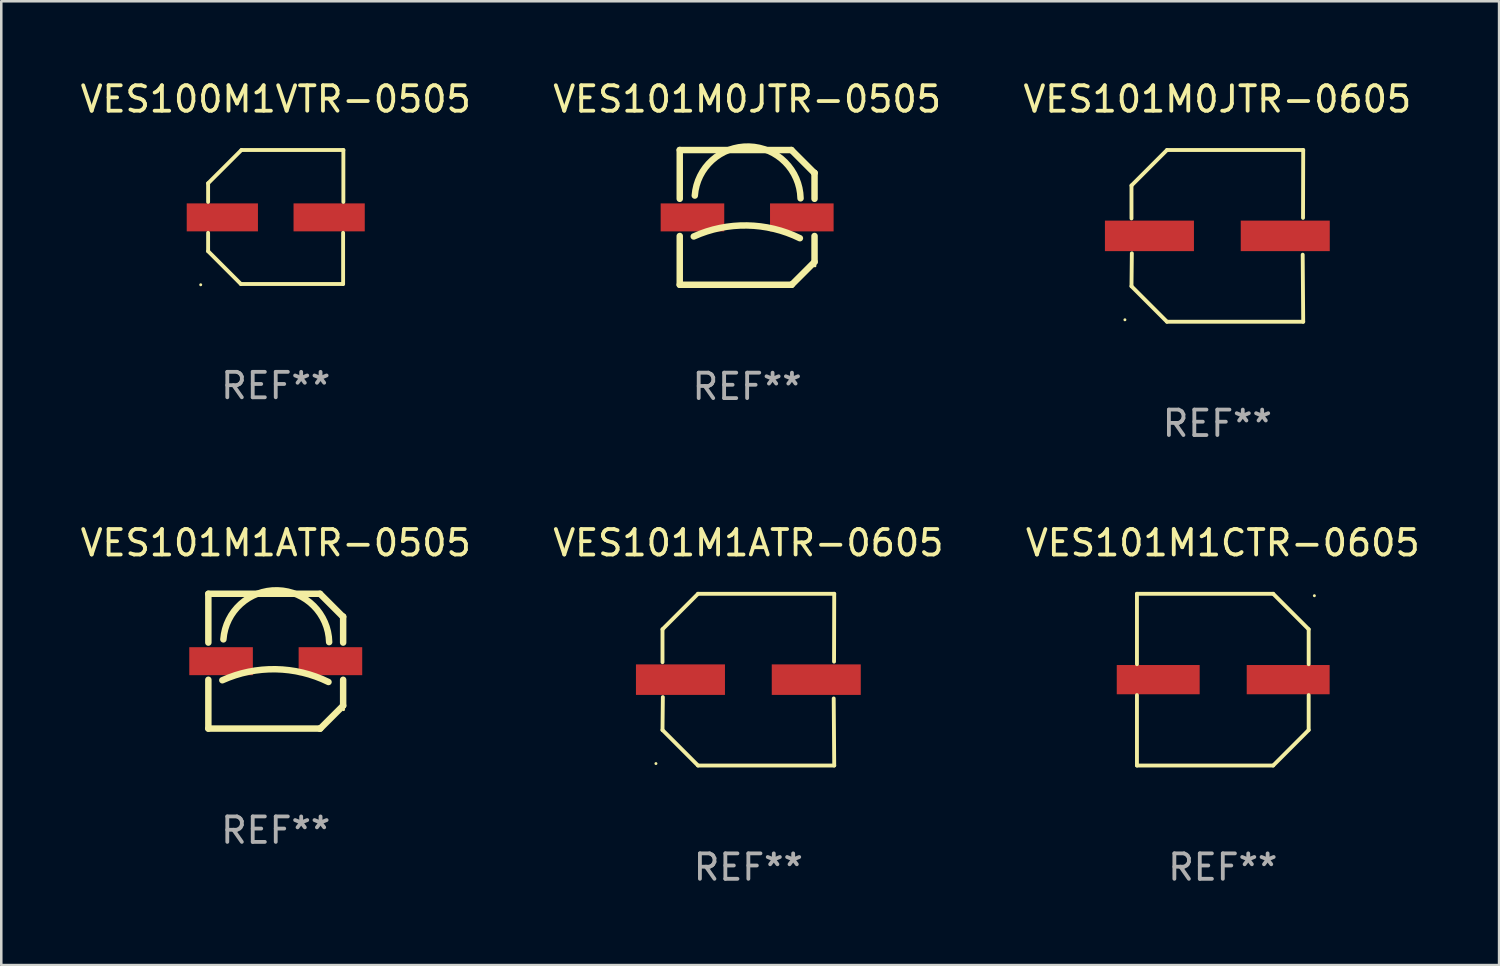
<source format=kicad_pcb>
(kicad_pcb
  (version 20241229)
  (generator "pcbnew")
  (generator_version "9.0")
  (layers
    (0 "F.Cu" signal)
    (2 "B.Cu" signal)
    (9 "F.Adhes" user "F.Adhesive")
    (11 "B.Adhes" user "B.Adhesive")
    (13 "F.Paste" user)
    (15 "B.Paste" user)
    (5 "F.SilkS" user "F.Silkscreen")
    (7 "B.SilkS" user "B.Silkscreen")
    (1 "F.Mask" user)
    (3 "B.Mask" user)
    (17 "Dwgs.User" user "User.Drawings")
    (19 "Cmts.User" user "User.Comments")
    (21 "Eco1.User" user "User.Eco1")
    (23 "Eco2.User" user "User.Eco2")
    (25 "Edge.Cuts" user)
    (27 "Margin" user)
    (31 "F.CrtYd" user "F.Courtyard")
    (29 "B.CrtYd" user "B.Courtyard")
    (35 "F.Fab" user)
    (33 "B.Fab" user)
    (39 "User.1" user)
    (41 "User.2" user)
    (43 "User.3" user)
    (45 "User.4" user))
  (footprint "VES101M1CTR-0605"
    (layer "F.Cu")
    (at 45.03 23.673)
    (property "Reference" "VES101M1CTR-0605" (at 0 -5.376 0) (layer "F.SilkS") (effects (font (size 1 1) (thickness 0.15))))
    (attr through_hole)
    (fp_line (start -3.376 -3.376) (end 1.98 -3.376) (stroke (width 0.152) (type solid)) (layer "F.SilkS"))
    (fp_line (start -3.376 -0.607) (end -3.376 -3.376) (stroke (width 0.152) (type solid)) (layer "F.SilkS"))
    (fp_line (start -3.376 0.607) (end -3.376 3.376) (stroke (width 0.152) (type solid)) (layer "F.SilkS"))
    (fp_line (start -3.376 3.376) (end 1.98 3.376) (stroke (width 0.152) (type solid)) (layer "F.SilkS"))
    (fp_line (start 1.98 -3.376) (end 3.376 -1.98) (stroke (width 0.152) (type solid)) (layer "F.SilkS"))
    (fp_line (start 1.98 3.376) (end 3.376 1.98) (stroke (width 0.152) (type solid)) (layer "F.SilkS"))
    (fp_line (start 3.376 -1.98) (end 3.376 -0.607) (stroke (width 0.152) (type solid)) (layer "F.SilkS"))
    (fp_line (start 3.376 1.98) (end 3.376 0.607) (stroke (width 0.152) (type solid)) (layer "F.SilkS"))
    (fp_circle (center 3.6 -3.3) (end 3.63 -3.3) (stroke (width 0.06) (type solid)) (fill no) (layer "F.SilkS"))
    (fp_text user "REF**" (at 0 7.376 0) (layer "F.Fab") (effects (font (size 1 1) (thickness 0.15))))
    (pad "1" smd rect (at 2.57 0 180) (size 3.26 1.15) (layers "F.Cu" "F.Mask" "F.Paste"))
    (pad "2" smd rect (at -2.54 0 180) (size 3.26 1.15) (layers "F.Cu" "F.Mask" "F.Paste")))
  (footprint "VES101M1ATR-0505"
    (layer "F.Cu")
    (at 7.792 22.947)
    (property "Reference" "VES101M1ATR-0505" (at 0 -4.65 0) (layer "F.SilkS") (effects (font (size 1 1) (thickness 0.15))))
    (attr through_hole)
    (fp_line (start -2.65 -2.65) (end 1.74 -2.65) (stroke (width 0.254) (type solid)) (layer "F.SilkS"))
    (fp_line (start -2.65 -0.731) (end -2.65 -2.65) (stroke (width 0.254) (type solid)) (layer "F.SilkS"))
    (fp_line (start -2.65 2.65) (end -2.65 0.731) (stroke (width 0.254) (type solid)) (layer "F.SilkS"))
    (fp_line (start -2.65 2.65) (end 1.73 2.65) (stroke (width 0.254) (type solid)) (layer "F.SilkS"))
    (fp_line (start 1.73 2.65) (end 1.75 2.65) (stroke (width 0.254) (type solid)) (layer "F.SilkS"))
    (fp_line (start 1.75 2.65) (end 2.65 1.75) (stroke (width 0.254) (type solid)) (layer "F.SilkS"))
    (fp_line (start 2.64 -1.75) (end 1.74 -2.65) (stroke (width 0.254) (type solid)) (layer "F.SilkS"))
    (fp_line (start 2.65 -1.75) (end 2.64 -1.75) (stroke (width 0.254) (type solid)) (layer "F.SilkS"))
    (fp_line (start 2.65 -0.731) (end 2.65 -1.75) (stroke (width 0.254) (type solid)) (layer "F.SilkS"))
    (fp_line (start 2.65 1.75) (end 2.65 0.731) (stroke (width 0.254) (type solid)) (layer "F.SilkS"))
    (fp_arc (start -2.1 0.749886) (mid -0.005214 0.316693) (end 2.074168 0.818644) (stroke (width 0.254001) (type solid)) (layer "F.SilkS"))
    (fp_arc (start -2.058369 -0.857759) (mid 0.072137 -2.78601) (end 2.1 -0.750089) (stroke (width 0.254001) (type solid)) (layer "F.SilkS"))
    (fp_circle (center 2.667 1.905) (end 2.697 1.905) (stroke (width 0.06) (type solid)) (fill no) (layer "F.SilkS"))
    (fp_text user "REF**" (at 0 6.65 0) (layer "F.Fab") (effects (font (size 1 1) (thickness 0.15))))
    (pad "1" smd rect (at 2.15 0) (size 2.5 1.1) (layers "F.Cu" "F.Mask" "F.Paste"))
    (pad "2" smd rect (at -2.15 0) (size 2.5 1.1) (layers "F.Cu" "F.Mask" "F.Paste")))
  (footprint "VES100M1VTR-0505"
    (layer "F.Cu")
    (at 7.792 5.482)
    (property "Reference" "VES100M1VTR-0505" (at 0 -4.634 0) (layer "F.SilkS") (effects (font (size 1 1) (thickness 0.15))))
    (attr through_hole)
    (fp_line (start -2.659 -1.326) (end -2.659 -0.592) (stroke (width 0.152) (type solid)) (layer "F.SilkS"))
    (fp_line (start -2.659 1.346) (end -2.659 0.622) (stroke (width 0.152) (type solid)) (layer "F.SilkS"))
    (fp_line (start -1.372 2.634) (end -2.659 1.346) (stroke (width 0.152) (type solid)) (layer "F.SilkS"))
    (fp_line (start -1.349 -2.634) (end -2.659 -1.326) (stroke (width 0.152) (type solid)) (layer "F.SilkS"))
    (fp_line (start 2.649 0.622) (end 2.649 2.634) (stroke (width 0.152) (type solid)) (layer "F.SilkS"))
    (fp_line (start 2.649 2.634) (end -1.372 2.634) (stroke (width 0.152) (type solid)) (layer "F.SilkS"))
    (fp_line (start 2.659 -2.634) (end -1.349 -2.634) (stroke (width 0.152) (type solid)) (layer "F.SilkS"))
    (fp_line (start 2.659 -0.592) (end 2.659 -2.634) (stroke (width 0.152) (type solid)) (layer "F.SilkS"))
    (fp_circle (center -2.95 2.665) (end -2.92 2.665) (stroke (width 0.06) (type solid)) (fill no) (layer "F.SilkS"))
    (fp_text user "REF**" (at 0 6.634 0) (layer "F.Fab") (effects (font (size 1 1) (thickness 0.15))))
    (pad "1" smd rect (at -2.1 0.015) (size 2.8 1.1) (layers "F.Cu" "F.Mask" "F.Paste"))
    (pad "2" smd rect (at 2.1 0.015) (size 2.8 1.1) (layers "F.Cu" "F.Mask" "F.Paste")))
  (footprint "VES101M1ATR-0605"
    (layer "F.Cu")
    (at 26.375 23.673)
    (property "Reference" "VES101M1ATR-0605" (at 0 -5.376 0) (layer "F.SilkS") (effects (font (size 1 1) (thickness 0.15))))
    (attr through_hole)
    (fp_line (start -3.376 -1.98) (end -3.376 -0.686) (stroke (width 0.152) (type solid)) (layer "F.SilkS"))
    (fp_line (start -3.376 1.981) (end -3.362 0.686) (stroke (width 0.152) (type solid)) (layer "F.SilkS"))
    (fp_line (start -1.981 3.376) (end -3.376 1.981) (stroke (width 0.152) (type solid)) (layer "F.SilkS"))
    (fp_line (start -1.98 -3.376) (end -3.376 -1.98) (stroke (width 0.152) (type solid)) (layer "F.SilkS"))
    (fp_line (start 3.356 0.74) (end 3.376 3.376) (stroke (width 0.152) (type solid)) (layer "F.SilkS"))
    (fp_line (start 3.369 -0.707) (end 3.376 -3.376) (stroke (width 0.152) (type solid)) (layer "F.SilkS"))
    (fp_line (start 3.376 3.376) (end -1.981 3.376) (stroke (width 0.152) (type solid)) (layer "F.SilkS"))
    (fp_line (start 3.376 -3.376) (end -1.98 -3.376) (stroke (width 0.152) (type solid)) (layer "F.SilkS"))
    (fp_circle (center -3.634 3.3) (end -3.604 3.3) (stroke (width 0.06) (type solid)) (fill no) (layer "F.SilkS"))
    (fp_text user "REF**" (at 0 7.376 0) (layer "F.Fab") (effects (font (size 1 1) (thickness 0.15))))
    (pad "1" smd rect (at -2.67 0.000254) (size 3.5 1.2) (layers "F.Cu" "F.Mask" "F.Paste"))
    (pad "2" smd rect (at 2.67 0.000254) (size 3.5 1.2) (layers "F.Cu" "F.Mask" "F.Paste")))
  (footprint "VES101M0JTR-0505"
    (layer "F.Cu")
    (at 26.327 5.498)
    (property "Reference" "VES101M0JTR-0505" (at 0 -4.65 0) (layer "F.SilkS") (effects (font (size 1 1) (thickness 0.15))))
    (attr through_hole)
    (fp_line (start -2.65 -2.65) (end 1.74 -2.65) (stroke (width 0.254) (type solid)) (layer "F.SilkS"))
    (fp_line (start -2.65 -0.731) (end -2.65 -2.65) (stroke (width 0.254) (type solid)) (layer "F.SilkS"))
    (fp_line (start -2.65 2.65) (end -2.65 0.731) (stroke (width 0.254) (type solid)) (layer "F.SilkS"))
    (fp_line (start -2.65 2.65) (end 1.73 2.65) (stroke (width 0.254) (type solid)) (layer "F.SilkS"))
    (fp_line (start 1.73 2.65) (end 1.75 2.65) (stroke (width 0.254) (type solid)) (layer "F.SilkS"))
    (fp_line (start 1.75 2.65) (end 2.65 1.75) (stroke (width 0.254) (type solid)) (layer "F.SilkS"))
    (fp_line (start 2.64 -1.75) (end 1.74 -2.65) (stroke (width 0.254) (type solid)) (layer "F.SilkS"))
    (fp_line (start 2.65 -1.75) (end 2.64 -1.75) (stroke (width 0.254) (type solid)) (layer "F.SilkS"))
    (fp_line (start 2.65 -0.731) (end 2.65 -1.75) (stroke (width 0.254) (type solid)) (layer "F.SilkS"))
    (fp_line (start 2.65 1.75) (end 2.65 0.731) (stroke (width 0.254) (type solid)) (layer "F.SilkS"))
    (fp_arc (start -2.1 0.749886) (mid -0.005214 0.316693) (end 2.074168 0.818644) (stroke (width 0.254001) (type solid)) (layer "F.SilkS"))
    (fp_arc (start -2.058369 -0.857759) (mid 0.072137 -2.78601) (end 2.1 -0.750089) (stroke (width 0.254001) (type solid)) (layer "F.SilkS"))
    (fp_circle (center 2.667 1.905) (end 2.697 1.905) (stroke (width 0.06) (type solid)) (fill no) (layer "F.SilkS"))
    (fp_text user "REF**" (at 0 6.65 0) (layer "F.Fab") (effects (font (size 1 1) (thickness 0.15))))
    (pad "1" smd rect (at 2.15 0) (size 2.5 1.1) (layers "F.Cu" "F.Mask" "F.Paste"))
    (pad "2" smd rect (at -2.15 0) (size 2.5 1.1) (layers "F.Cu" "F.Mask" "F.Paste")))
  (footprint "VES101M0JTR-0605"
    (layer "F.Cu")
    (at 44.815 6.224)
    (property "Reference" "VES101M0JTR-0605" (at 0 -5.376 0) (layer "F.SilkS") (effects (font (size 1 1) (thickness 0.15))))
    (attr through_hole)
    (fp_line (start -3.376 -1.98) (end -3.376 -0.686) (stroke (width 0.152) (type solid)) (layer "F.SilkS"))
    (fp_line (start -3.376 1.981) (end -3.362 0.686) (stroke (width 0.152) (type solid)) (layer "F.SilkS"))
    (fp_line (start -1.981 3.376) (end -3.376 1.981) (stroke (width 0.152) (type solid)) (layer "F.SilkS"))
    (fp_line (start -1.98 -3.376) (end -3.376 -1.98) (stroke (width 0.152) (type solid)) (layer "F.SilkS"))
    (fp_line (start 3.356 0.74) (end 3.376 3.376) (stroke (width 0.152) (type solid)) (layer "F.SilkS"))
    (fp_line (start 3.369 -0.707) (end 3.376 -3.376) (stroke (width 0.152) (type solid)) (layer "F.SilkS"))
    (fp_line (start 3.376 3.376) (end -1.981 3.376) (stroke (width 0.152) (type solid)) (layer "F.SilkS"))
    (fp_line (start 3.376 -3.376) (end -1.98 -3.376) (stroke (width 0.152) (type solid)) (layer "F.SilkS"))
    (fp_circle (center -3.634 3.3) (end -3.604 3.3) (stroke (width 0.06) (type solid)) (fill no) (layer "F.SilkS"))
    (fp_text user "REF**" (at 0 7.376 0) (layer "F.Fab") (effects (font (size 1 1) (thickness 0.15))))
    (pad "1" smd rect (at -2.67 0.000254) (size 3.5 1.2) (layers "F.Cu" "F.Mask" "F.Paste"))
    (pad "2" smd rect (at 2.67 0.000254) (size 3.5 1.2) (layers "F.Cu" "F.Mask" "F.Paste")))
  (gr_rect
    (start -3 -3)
    (end 55.893 34.897)
    (stroke (width 0.1) (type default))
    (fill no)
    (layer "Edge.Cuts")))
</source>
